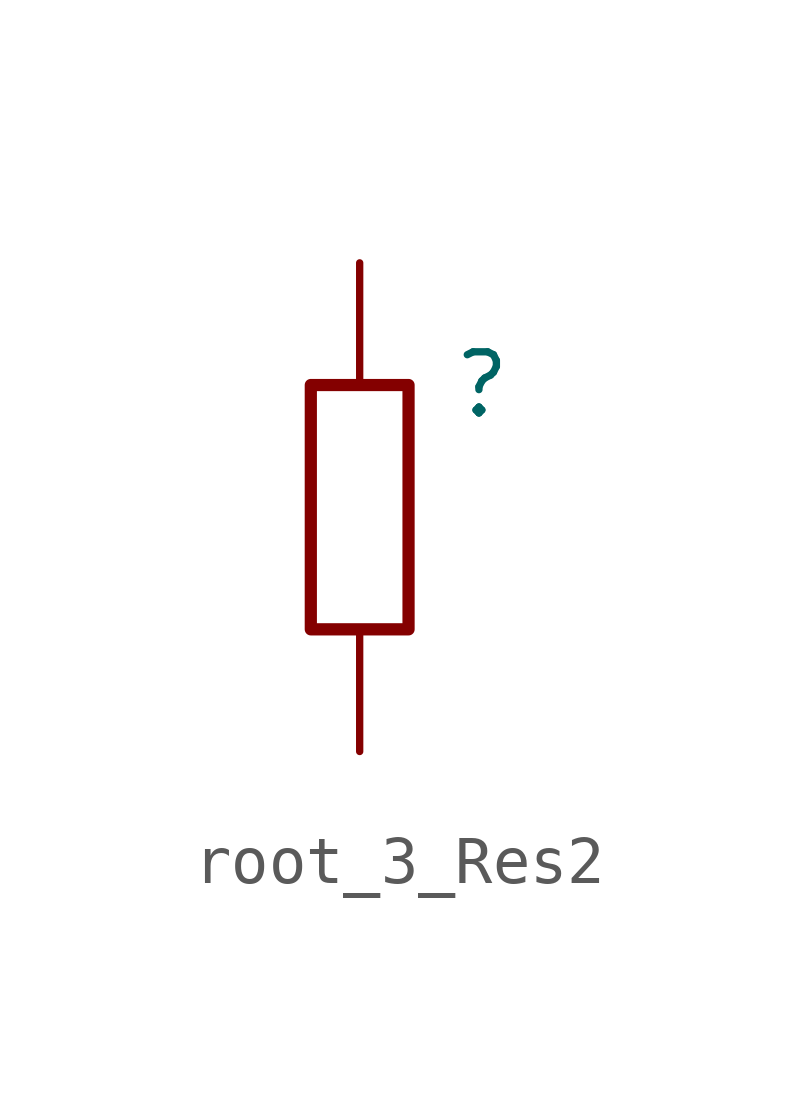
<source format=kicad_sym>
(kicad_symbol_lib
  (version 20241209)
  (generator "kicad_symbol_editor")
  (generator_version "9.0")
  (symbol "root_3_Res2"
    (property "Reference" ""
      (at 0 0 0)
      (effects (font (size 1.27 1.27))))
    (property "Value" ""
      (at 0 0 0)
      (effects (font (size 1.27 1.27))))
    (symbol "root_3_Res2_1_0"
      (rectangle (start -1.524 0) (end -3.556 -5.08) (stroke (width 0.254) (type solid)) (fill (type none)))
      (pin passive line (at -2.54 2.54 270) (length 2.54) (name "1" (effects (font (size 0 0)))) (number "1" (effects (font (size 0 0)))))
      (pin passive line (at -2.54 -7.62 90) (length 2.54) (name "2" (effects (font (size 0 0)))) (number "2" (effects (font (size 0 0))))))))
</source>
